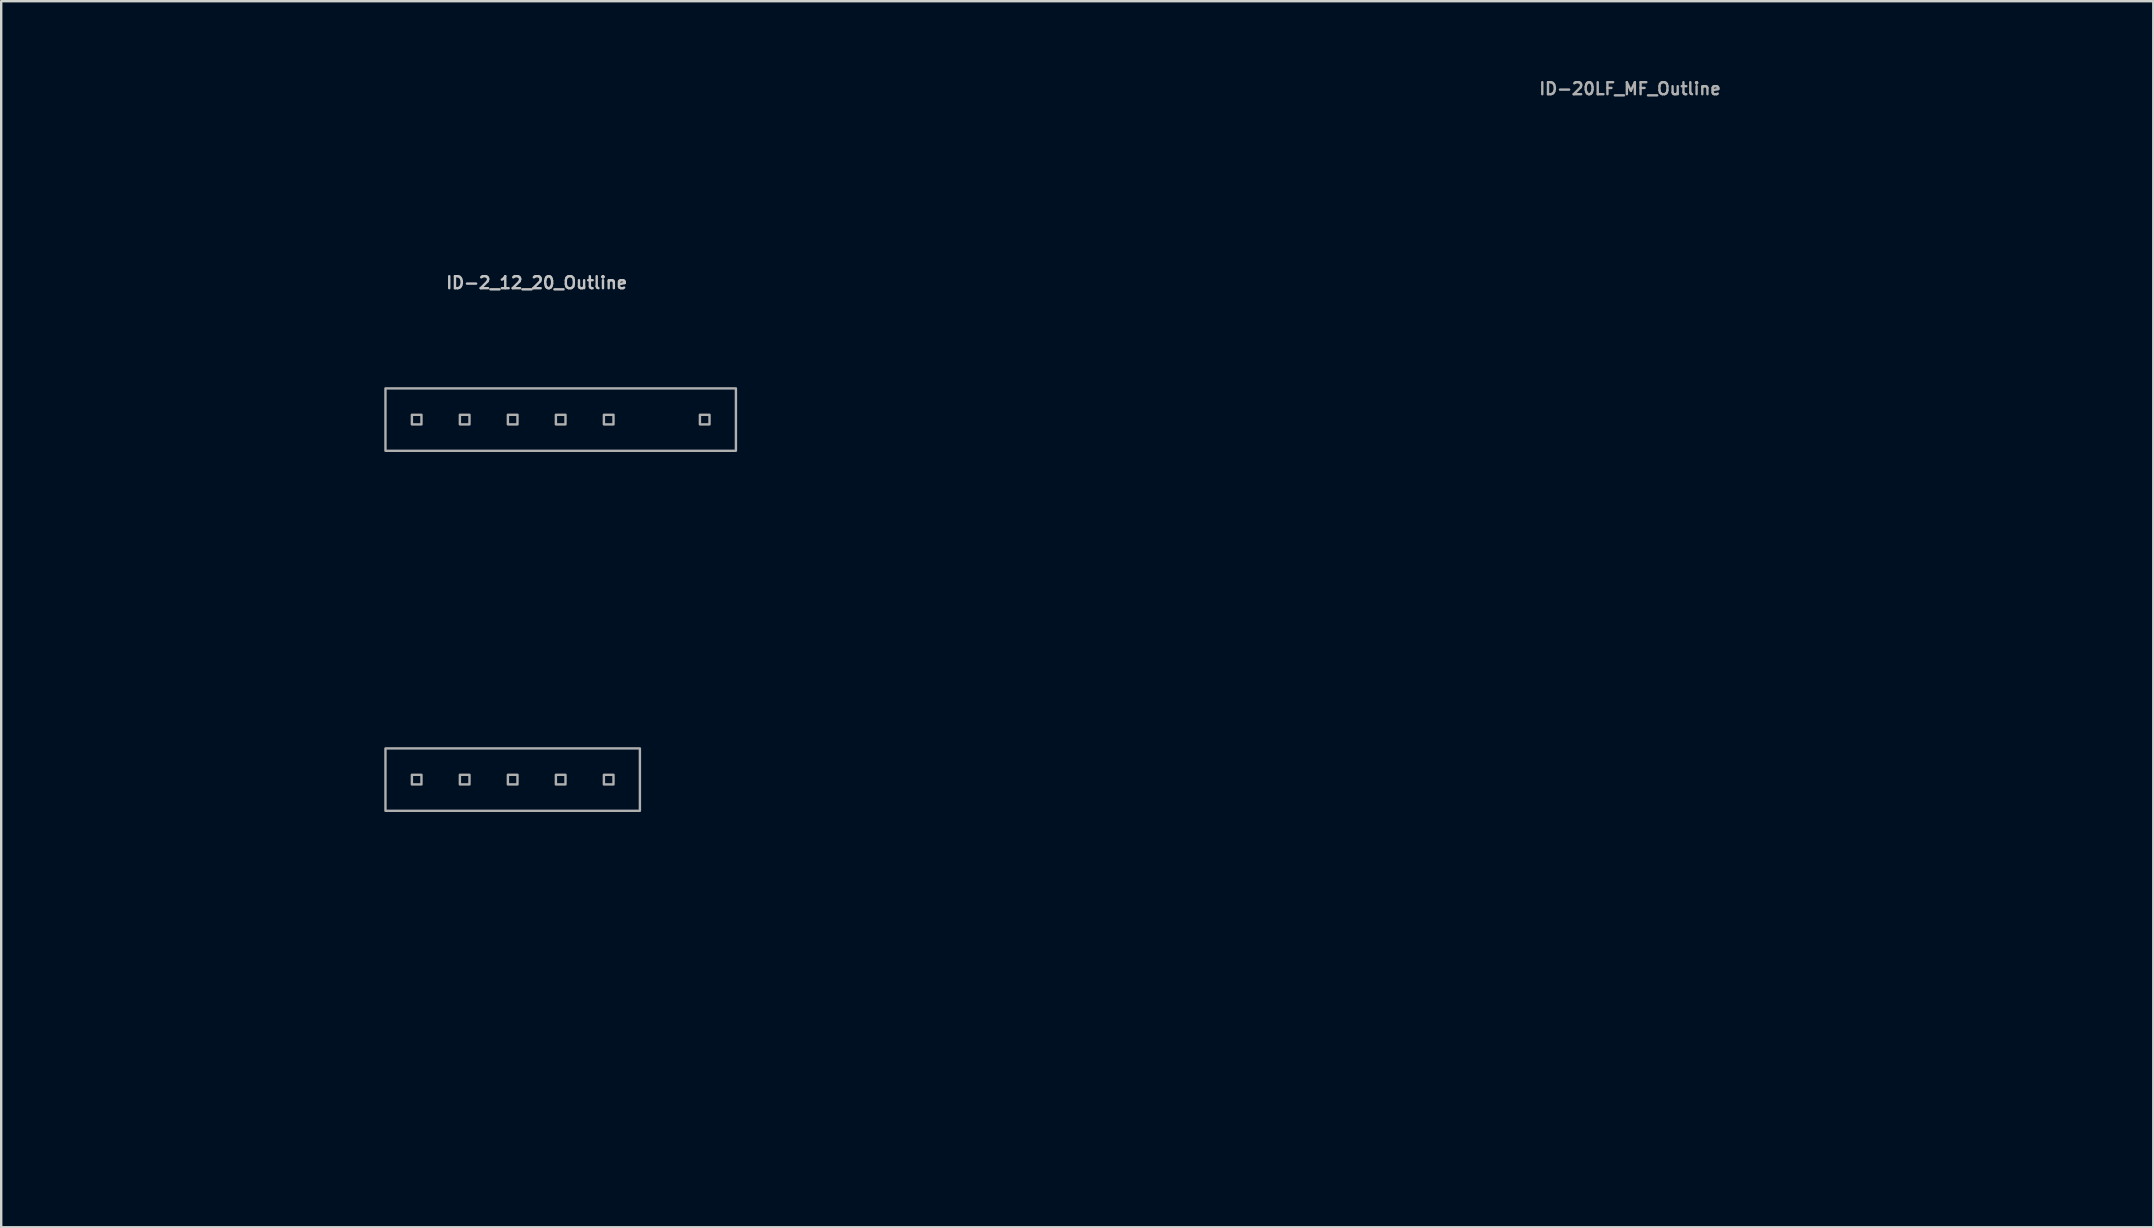
<source format=kicad_pcb>
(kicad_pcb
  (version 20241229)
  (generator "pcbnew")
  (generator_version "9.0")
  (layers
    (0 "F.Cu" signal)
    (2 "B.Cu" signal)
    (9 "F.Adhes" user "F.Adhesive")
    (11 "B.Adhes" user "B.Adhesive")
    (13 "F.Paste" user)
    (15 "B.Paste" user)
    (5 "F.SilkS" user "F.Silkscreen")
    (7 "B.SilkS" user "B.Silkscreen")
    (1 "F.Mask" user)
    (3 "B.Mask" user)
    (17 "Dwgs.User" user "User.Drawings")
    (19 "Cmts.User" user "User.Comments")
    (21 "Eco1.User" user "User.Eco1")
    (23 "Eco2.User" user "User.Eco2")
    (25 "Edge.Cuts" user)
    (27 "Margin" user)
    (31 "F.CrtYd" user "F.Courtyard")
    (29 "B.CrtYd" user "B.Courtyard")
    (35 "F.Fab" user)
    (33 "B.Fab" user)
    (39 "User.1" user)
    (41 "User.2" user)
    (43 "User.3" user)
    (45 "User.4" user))
  (footprint "ID-20LF_MF_Outline"
    (layer "F.Cu")
    (at 64.858 21.648)
    (property "Reference" "ID-20LF_MF_Outline" (at 0 -21 0) (unlocked yes) (layer "F.Fab") (effects (font (size 0.5 0.5) (thickness 0.1))))
    (attr smd)
    (fp_rect (start -18.75 -20) (end 18.75 20) (stroke (width 0.1) (type default)) (fill no) (layer "User.2"))
    (fp_rect (start -11.07 -13.97) (end 12.29 -11.43) (stroke (width 0.1) (type default)) (fill no) (layer "User.2"))
    (fp_rect (start -11 7) (end 2.14 9.6) (stroke (width 0.1) (type default)) (fill no) (layer "User.2"))
    (fp_rect (start -9.35 -12.9) (end -9.75 -12.5) (stroke (width 0.1) (type solid)) (fill no) (layer "User.2"))
    (fp_rect (start -9.35 8.1) (end -9.75 8.5) (stroke (width 0.1) (type solid)) (fill no) (layer "User.2"))
    (fp_rect (start -7.21 8.1) (end -6.81 8.5) (stroke (width 0.1) (type solid)) (fill no) (layer "User.2"))
    (fp_rect (start -7.2 -12.9) (end -6.8 -12.5) (stroke (width 0.1) (type solid)) (fill no) (layer "User.2"))
    (fp_rect (start -4.27 -12.9) (end -4.67 -12.5) (stroke (width 0.1) (type solid)) (fill no) (layer "User.2"))
    (fp_rect (start -4.27 8.1) (end -4.67 8.5) (stroke (width 0.1) (type solid)) (fill no) (layer "User.2"))
    (fp_rect (start -1.73 -12.9) (end -2.13 -12.5) (stroke (width 0.1) (type solid)) (fill no) (layer "User.2"))
    (fp_rect (start -1.73 8.1) (end -2.13 8.5) (stroke (width 0.1) (type solid)) (fill no) (layer "User.2"))
    (fp_rect (start 0.81 -12.9) (end 0.41 -12.5) (stroke (width 0.1) (type solid)) (fill no) (layer "User.2"))
    (fp_rect (start 0.81 8.1) (end 0.41 8.5) (stroke (width 0.1) (type solid)) (fill no) (layer "User.2"))
    (fp_rect (start 3.35 -12.9) (end 2.95 -12.5) (stroke (width 0.1) (type solid)) (fill no) (layer "User.2"))
    (fp_rect (start 5.89 -12.9) (end 5.49 -12.5) (stroke (width 0.1) (type solid)) (fill no) (layer "User.2"))
    (fp_rect (start 8.43 -12.9) (end 8.03 -12.5) (stroke (width 0.1) (type solid)) (fill no) (layer "User.2"))
    (fp_rect (start 10.97 -12.9) (end 10.57 -12.5) (stroke (width 0.1) (type solid)) (fill no) (layer "User.2"))
    (fp_text user "5" (at -12.09 8.3 0) (unlocked yes) (layer "User.2") (effects (font (size 1 1) (thickness 0.1))))
    (fp_text user "ID-20LF/MF-WR" (at -12.5 -20.8 0) (unlocked yes) (layer "User.2") (effects (font (size 1 1) (thickness 0.15))))
    (fp_text user "14" (at 13.75 -12.7 0) (unlocked yes) (layer "User.2") (effects (font (size 1 1) (thickness 0.1))))
    (fp_text user "1" (at 3.15 8.3 0) (unlocked yes) (layer "User.2") (effects (font (size 1 1) (thickness 0.1))))
    (fp_text user "6" (at -11.75 -12.7 0) (unlocked yes) (layer "User.2") (effects (font (size 1 1) (thickness 0.1))))
    (dimension (type orthogonal) (layer "User.2") (pts (xy 46.108 41.648) (xy 83.608 41.648)) (height 2.7) (orientation 0) (format (prefix "") (suffix "") (units 3) (units_format 1) (precision 4) (suppress_zeroes yes)) (style (thickness 0.1) (arrow_length 1.27) (text_position_mode 1) (arrow_direction outward) (extension_height 0.586) (extension_offset 0.5) (keep_text_aligned yes)) (gr_text "37.5 mm" (at 64.858 44.348 0) (layer "User.2") (effects (font (size 0.8 0.8) (thickness 0.15)))))
    (dimension (type orthogonal) (layer "User.2") (pts (xy 55.308 29.948) (xy 55.308 8.948)) (height -10.14) (orientation 1) (format (prefix "") (suffix "") (units 3) (units_format 1) (precision 4) (suppress_zeroes yes)) (style (thickness 0.1) (arrow_length 1.27) (text_position_mode 1) (arrow_direction outward) (extension_height 0.586) (extension_offset 0.5) (keep_text_aligned yes)) (gr_text "21 mm" (at 45.168 19.448 90) (layer "User.2") (effects (font (size 0.8 0.8) (thickness 0.15)))))
    (dimension (type orthogonal) (layer "User.2") (pts (xy 46.108 41.648) (xy 55.308 29.948)) (height 1.2) (orientation 0) (format (prefix "") (suffix "") (units 3) (units_format 1) (precision 4) (suppress_zeroes yes)) (style (thickness 0.1) (arrow_length 1.27) (text_position_mode 1) (arrow_direction outward) (extension_height 0.586) (extension_offset 0.5) (keep_text_aligned yes)) (gr_text "9.2 mm" (at 50.708 42.848 0) (layer "User.2") (effects (font (size 0.8 0.8) (thickness 0.15)))))
    (dimension (type orthogonal) (layer "User.2") (pts (xy 55.308 29.948) (xy 57.848 29.948)) (height -2.09) (orientation 0) (format (prefix "") (suffix "") (units 3) (units_format 1) (precision 4) (suppress_zeroes yes)) (style (thickness 0.1) (arrow_length 1.27) (text_position_mode 2) (arrow_direction outward) (extension_height 0.586) (extension_offset 0.5) (keep_text_aligned yes)) (gr_text "2.54 mm" (at 61.148 27.858 0) (layer "User.2") (effects (font (size 0.8 0.8) (thickness 0.15)))))
    (dimension (type orthogonal) (layer "User.2") (pts (xy 46.108 41.648) (xy 55.308 29.948)) (height -0.95) (orientation 1) (format (prefix "") (suffix "") (units 3) (units_format 1) (precision 4) (suppress_zeroes yes)) (style (thickness 0.1) (arrow_length 1.27) (text_position_mode 1) (arrow_direction outward) (extension_height 0.586) (extension_offset 0.5) (keep_text_aligned yes)) (gr_text "11.7 mm" (at 45.158 35.798 90) (layer "User.2") (effects (font (size 0.8 0.8) (thickness 0.15)))))
    (dimension (type orthogonal) (layer "User.2") (pts (xy 46.108 41.648) (xy 46.108 1.648)) (height -2.27) (orientation 1) (format (prefix "") (suffix "") (units 3) (units_format 1) (precision 4) (suppress_zeroes yes)) (style (thickness 0.1) (arrow_length 1.27) (text_position_mode 1) (arrow_direction outward) (extension_height 0.586) (extension_offset 0.5) (keep_text_aligned yes)) (gr_text "40 mm" (at 43.838 21.648 90) (layer "User.2") (effects (font (size 0.8 0.8) (thickness 0.15))))))
  (footprint "ID-2_12_20_Outline"
    (layer "F.Cu")
    (at 19.309 21.93)
    (property "Reference" "ID-2_12_20_Outline" (at 0 -13.2 0) (unlocked yes) (layer "Dwgs.User") (effects (font (size 0.5 0.5) (thickness 0.1))))
    (attr smd)
    (fp_rect (start -6.3 -8.8) (end 8.3 -6.2) (stroke (width 0.1) (type default)) (fill no) (layer "F.Fab"))
    (fp_rect (start -6.3 6.2) (end 4.3 8.8) (stroke (width 0.1) (type default)) (fill no) (layer "F.Fab"))
    (fp_rect (start -5.2 -7.7) (end -4.8 -7.3) (stroke (width 0.1) (type solid)) (fill no) (layer "F.Fab"))
    (fp_rect (start -5.2 7.3) (end -4.8 7.7) (stroke (width 0.1) (type solid)) (fill no) (layer "F.Fab"))
    (fp_rect (start -3.2 -7.7) (end -2.8 -7.3) (stroke (width 0.1) (type solid)) (fill no) (layer "F.Fab"))
    (fp_rect (start -3.2 7.3) (end -2.8 7.7) (stroke (width 0.1) (type solid)) (fill no) (layer "F.Fab"))
    (fp_rect (start -1.2 -7.7) (end -0.8 -7.3) (stroke (width 0.1) (type solid)) (fill no) (layer "F.Fab"))
    (fp_rect (start -1.2 7.3) (end -0.8 7.7) (stroke (width 0.1) (type solid)) (fill no) (layer "F.Fab"))
    (fp_rect (start 0.8 -7.7) (end 1.2 -7.3) (stroke (width 0.1) (type solid)) (fill no) (layer "F.Fab"))
    (fp_rect (start 0.8 7.3) (end 1.2 7.7) (stroke (width 0.1) (type solid)) (fill no) (layer "F.Fab"))
    (fp_rect (start 2.8 -7.7) (end 3.2 -7.3) (stroke (width 0.1) (type solid)) (fill no) (layer "F.Fab"))
    (fp_rect (start 2.8 7.3) (end 3.2 7.7) (stroke (width 0.1) (type solid)) (fill no) (layer "F.Fab"))
    (fp_rect (start 6.8 -7.7) (end 7.2 -7.3) (stroke (width 0.1) (type solid)) (fill no) (layer "F.Fab"))
    (fp_rect (start -19.2 -20.1) (end 19.2 20.1) (stroke (width 0.1) (type default)) (fill no) (layer "User.2"))
    (fp_rect (start -12.8 -12.3) (end 12.8 12.5) (stroke (width 0.1) (type default)) (fill no) (layer "User.2"))
    (fp_rect (start -11 -10.2) (end 11 10.2) (stroke (width 0.1) (type default)) (fill no) (layer "User.2"))
    (fp_text user "6" (at -6.9 -7.5 0) (unlocked yes) (layer "User.2") (effects (font (size 1 1) (thickness 0.1))))
    (fp_text user "ID-2" (at -9.3 -10.9 0) (unlocked yes) (layer "User.2") (effects (font (size 1 1) (thickness 0.15))))
    (fp_text user "1" (at 4.9 7.5 0) (unlocked yes) (layer "User.2") (effects (font (size 1 1) (thickness 0.1))))
    (fp_text user "ID-12" (at -10.6 -13 0) (unlocked yes) (layer "User.2") (effects (font (size 1 1) (thickness 0.15))))
    (fp_text user "ID-20/ID-20LA" (at -13.208 -21.082 0) (unlocked yes) (layer "User.2") (effects (font (size 1 1) (thickness 0.15))))
    (fp_text user "12" (at 9.4 -7.5 0) (unlocked yes) (layer "User.2") (effects (font (size 1 1) (thickness 0.1))))
    (fp_text user "5" (at -6.9 7.5 0) (unlocked yes) (layer "User.2") (effects (font (size 1 1) (thickness 0.1)))))
  (gr_rect
    (start -3 -3)
    (end 86.658 48.08)
    (stroke (width 0.1) (type default))
    (fill no)
    (layer "Edge.Cuts")))
</source>
